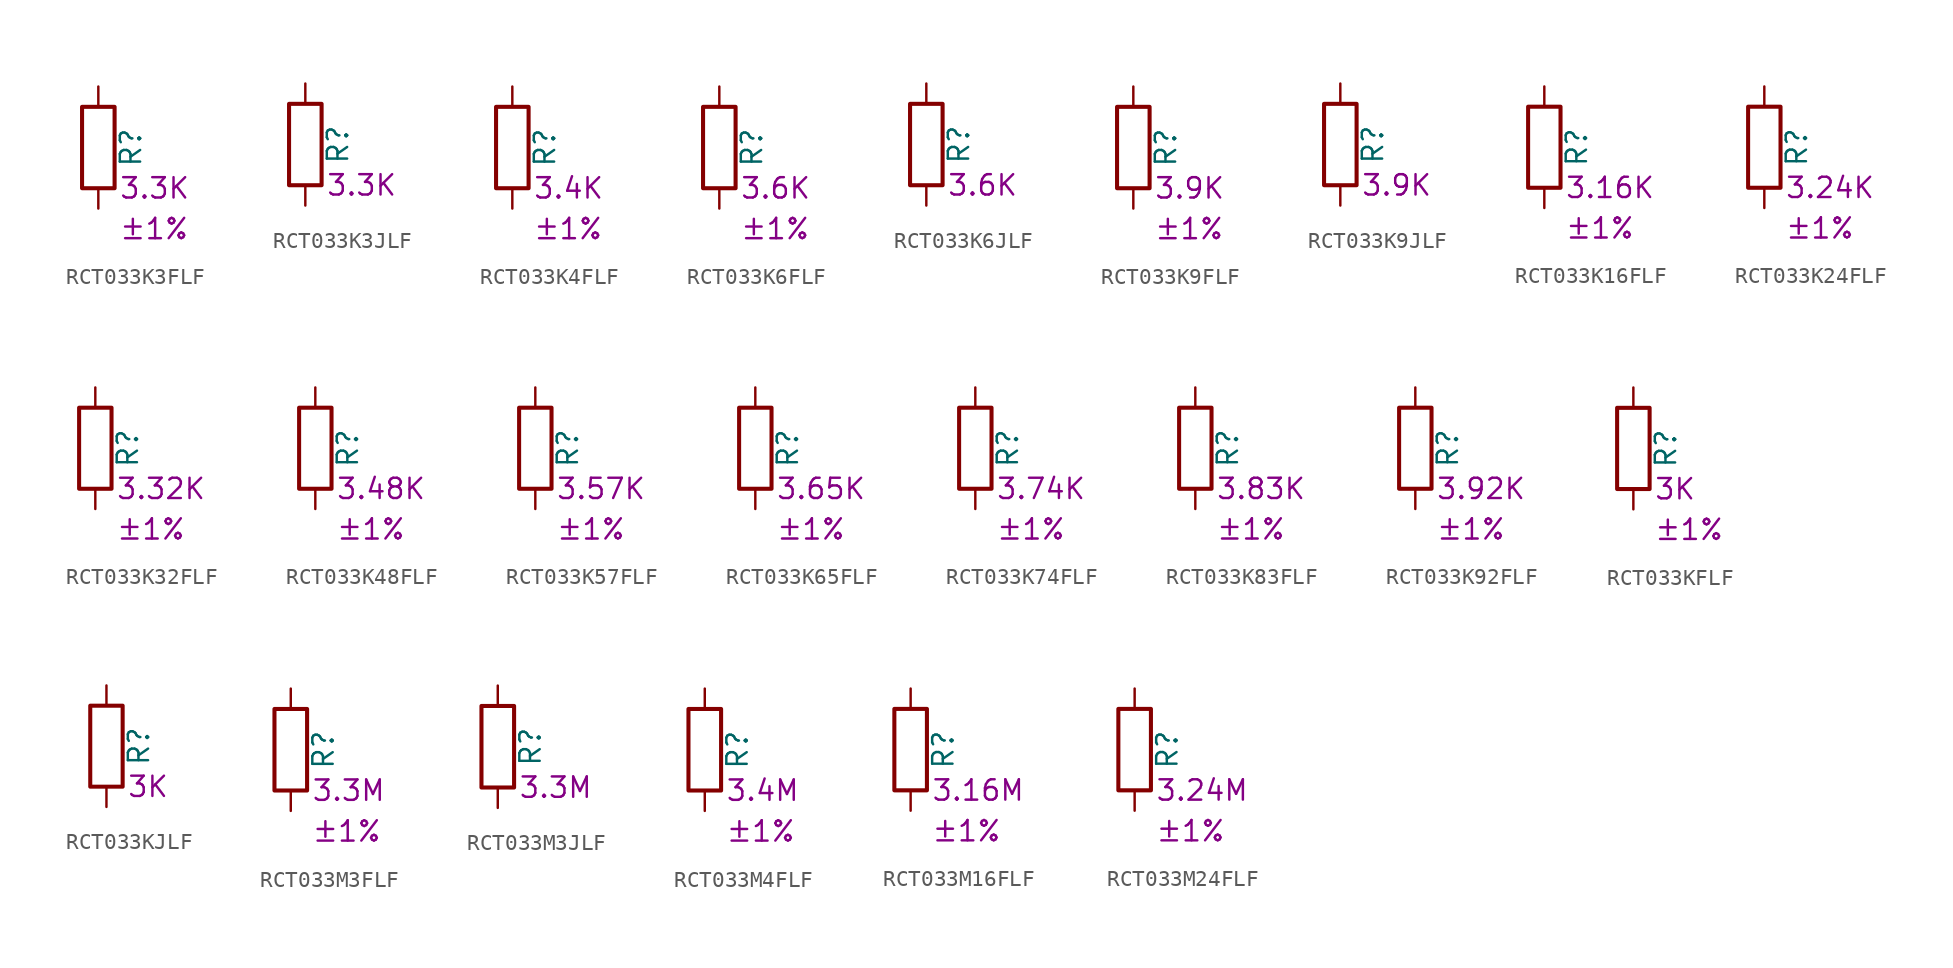
<source format=kicad_sym>
(kicad_symbol_lib
  (version 20220914)
  (generator kicad_symbol_editor)
  (symbol "RCT033K3FLF"
    (pin_numbers hide)
    (pin_names
      (offset 0))
    (property "Reference" "R"
      (at 2.032 0 90)
      (effects (font (size 1.27 1.27))))
    (property "Resistance" "3.3K"
      (at 1.27 -2.54 0)
      (effects (font (size 1.27 1.27)) (justify left)))
    (property "Tolerance" "±1%"
      (at 1.27 -5.08 0)
      (effects (font (size 1.27 1.27)) (justify left)))
    (symbol "RCT033K3FLF_0_1"
      (rectangle (start -1.016 -2.54) (end 1.016 2.54) (stroke (width 0.254) (type default)) (fill (type none))))
    (symbol "RCT033K3FLF_1_1"
      (pin passive line (at 0 3.81 270) (length 1.27) (name "~" (effects (font (size 1.27 1.27)))) (number "1" (effects (font (size 1.27 1.27)))))
      (pin passive line (at 0 -3.81 90) (length 1.27) (name "~" (effects (font (size 1.27 1.27)))) (number "2" (effects (font (size 1.27 1.27)))))))
  (symbol "RCT033K3JLF"
    (pin_numbers hide)
    (pin_names
      (offset 0))
    (property "Reference" "R"
      (at 2.032 0 90)
      (effects (font (size 1.27 1.27))))
    (property "Resistance" "3.3K"
      (at 1.27 -2.54 0)
      (effects (font (size 1.27 1.27)) (justify left)))
    (symbol "RCT033K3JLF_0_1"
      (rectangle (start -1.016 -2.54) (end 1.016 2.54) (stroke (width 0.254) (type default)) (fill (type none))))
    (symbol "RCT033K3JLF_1_1"
      (pin passive line (at 0 3.81 270) (length 1.27) (name "~" (effects (font (size 1.27 1.27)))) (number "1" (effects (font (size 1.27 1.27)))))
      (pin passive line (at 0 -3.81 90) (length 1.27) (name "~" (effects (font (size 1.27 1.27)))) (number "2" (effects (font (size 1.27 1.27)))))))
  (symbol "RCT033K4FLF"
    (pin_numbers hide)
    (pin_names
      (offset 0))
    (property "Reference" "R"
      (at 2.032 0 90)
      (effects (font (size 1.27 1.27))))
    (property "Resistance" "3.4K"
      (at 1.27 -2.54 0)
      (effects (font (size 1.27 1.27)) (justify left)))
    (property "Tolerance" "±1%"
      (at 1.27 -5.08 0)
      (effects (font (size 1.27 1.27)) (justify left)))
    (symbol "RCT033K4FLF_0_1"
      (rectangle (start -1.016 -2.54) (end 1.016 2.54) (stroke (width 0.254) (type default)) (fill (type none))))
    (symbol "RCT033K4FLF_1_1"
      (pin passive line (at 0 3.81 270) (length 1.27) (name "~" (effects (font (size 1.27 1.27)))) (number "1" (effects (font (size 1.27 1.27)))))
      (pin passive line (at 0 -3.81 90) (length 1.27) (name "~" (effects (font (size 1.27 1.27)))) (number "2" (effects (font (size 1.27 1.27)))))))
  (symbol "RCT033K6FLF"
    (pin_numbers hide)
    (pin_names
      (offset 0))
    (property "Reference" "R"
      (at 2.032 0 90)
      (effects (font (size 1.27 1.27))))
    (property "Resistance" "3.6K"
      (at 1.27 -2.54 0)
      (effects (font (size 1.27 1.27)) (justify left)))
    (property "Tolerance" "±1%"
      (at 1.27 -5.08 0)
      (effects (font (size 1.27 1.27)) (justify left)))
    (symbol "RCT033K6FLF_0_1"
      (rectangle (start -1.016 -2.54) (end 1.016 2.54) (stroke (width 0.254) (type default)) (fill (type none))))
    (symbol "RCT033K6FLF_1_1"
      (pin passive line (at 0 3.81 270) (length 1.27) (name "~" (effects (font (size 1.27 1.27)))) (number "1" (effects (font (size 1.27 1.27)))))
      (pin passive line (at 0 -3.81 90) (length 1.27) (name "~" (effects (font (size 1.27 1.27)))) (number "2" (effects (font (size 1.27 1.27)))))))
  (symbol "RCT033K6JLF"
    (pin_numbers hide)
    (pin_names
      (offset 0))
    (property "Reference" "R"
      (at 2.032 0 90)
      (effects (font (size 1.27 1.27))))
    (property "Resistance" "3.6K"
      (at 1.27 -2.54 0)
      (effects (font (size 1.27 1.27)) (justify left)))
    (symbol "RCT033K6JLF_0_1"
      (rectangle (start -1.016 -2.54) (end 1.016 2.54) (stroke (width 0.254) (type default)) (fill (type none))))
    (symbol "RCT033K6JLF_1_1"
      (pin passive line (at 0 3.81 270) (length 1.27) (name "~" (effects (font (size 1.27 1.27)))) (number "1" (effects (font (size 1.27 1.27)))))
      (pin passive line (at 0 -3.81 90) (length 1.27) (name "~" (effects (font (size 1.27 1.27)))) (number "2" (effects (font (size 1.27 1.27)))))))
  (symbol "RCT033K9FLF"
    (pin_numbers hide)
    (pin_names
      (offset 0))
    (property "Reference" "R"
      (at 2.032 0 90)
      (effects (font (size 1.27 1.27))))
    (property "Resistance" "3.9K"
      (at 1.27 -2.54 0)
      (effects (font (size 1.27 1.27)) (justify left)))
    (property "Tolerance" "±1%"
      (at 1.27 -5.08 0)
      (effects (font (size 1.27 1.27)) (justify left)))
    (symbol "RCT033K9FLF_0_1"
      (rectangle (start -1.016 -2.54) (end 1.016 2.54) (stroke (width 0.254) (type default)) (fill (type none))))
    (symbol "RCT033K9FLF_1_1"
      (pin passive line (at 0 3.81 270) (length 1.27) (name "~" (effects (font (size 1.27 1.27)))) (number "1" (effects (font (size 1.27 1.27)))))
      (pin passive line (at 0 -3.81 90) (length 1.27) (name "~" (effects (font (size 1.27 1.27)))) (number "2" (effects (font (size 1.27 1.27)))))))
  (symbol "RCT033K9JLF"
    (pin_numbers hide)
    (pin_names
      (offset 0))
    (property "Reference" "R"
      (at 2.032 0 90)
      (effects (font (size 1.27 1.27))))
    (property "Resistance" "3.9K"
      (at 1.27 -2.54 0)
      (effects (font (size 1.27 1.27)) (justify left)))
    (symbol "RCT033K9JLF_0_1"
      (rectangle (start -1.016 -2.54) (end 1.016 2.54) (stroke (width 0.254) (type default)) (fill (type none))))
    (symbol "RCT033K9JLF_1_1"
      (pin passive line (at 0 3.81 270) (length 1.27) (name "~" (effects (font (size 1.27 1.27)))) (number "1" (effects (font (size 1.27 1.27)))))
      (pin passive line (at 0 -3.81 90) (length 1.27) (name "~" (effects (font (size 1.27 1.27)))) (number "2" (effects (font (size 1.27 1.27)))))))
  (symbol "RCT033K16FLF"
    (pin_numbers hide)
    (pin_names
      (offset 0))
    (property "Reference" "R"
      (at 2.032 0 90)
      (effects (font (size 1.27 1.27))))
    (property "Resistance" "3.16K"
      (at 1.27 -2.54 0)
      (effects (font (size 1.27 1.27)) (justify left)))
    (property "Tolerance" "±1%"
      (at 1.27 -5.08 0)
      (effects (font (size 1.27 1.27)) (justify left)))
    (symbol "RCT033K16FLF_0_1"
      (rectangle (start -1.016 -2.54) (end 1.016 2.54) (stroke (width 0.254) (type default)) (fill (type none))))
    (symbol "RCT033K16FLF_1_1"
      (pin passive line (at 0 3.81 270) (length 1.27) (name "~" (effects (font (size 1.27 1.27)))) (number "1" (effects (font (size 1.27 1.27)))))
      (pin passive line (at 0 -3.81 90) (length 1.27) (name "~" (effects (font (size 1.27 1.27)))) (number "2" (effects (font (size 1.27 1.27)))))))
  (symbol "RCT033K24FLF"
    (pin_numbers hide)
    (pin_names
      (offset 0))
    (property "Reference" "R"
      (at 2.032 0 90)
      (effects (font (size 1.27 1.27))))
    (property "Resistance" "3.24K"
      (at 1.27 -2.54 0)
      (effects (font (size 1.27 1.27)) (justify left)))
    (property "Tolerance" "±1%"
      (at 1.27 -5.08 0)
      (effects (font (size 1.27 1.27)) (justify left)))
    (symbol "RCT033K24FLF_0_1"
      (rectangle (start -1.016 -2.54) (end 1.016 2.54) (stroke (width 0.254) (type default)) (fill (type none))))
    (symbol "RCT033K24FLF_1_1"
      (pin passive line (at 0 3.81 270) (length 1.27) (name "~" (effects (font (size 1.27 1.27)))) (number "1" (effects (font (size 1.27 1.27)))))
      (pin passive line (at 0 -3.81 90) (length 1.27) (name "~" (effects (font (size 1.27 1.27)))) (number "2" (effects (font (size 1.27 1.27)))))))
  (symbol "RCT033K32FLF"
    (pin_numbers hide)
    (pin_names
      (offset 0))
    (property "Reference" "R"
      (at 2.032 0 90)
      (effects (font (size 1.27 1.27))))
    (property "Resistance" "3.32K"
      (at 1.27 -2.54 0)
      (effects (font (size 1.27 1.27)) (justify left)))
    (property "Tolerance" "±1%"
      (at 1.27 -5.08 0)
      (effects (font (size 1.27 1.27)) (justify left)))
    (symbol "RCT033K32FLF_0_1"
      (rectangle (start -1.016 -2.54) (end 1.016 2.54) (stroke (width 0.254) (type default)) (fill (type none))))
    (symbol "RCT033K32FLF_1_1"
      (pin passive line (at 0 3.81 270) (length 1.27) (name "~" (effects (font (size 1.27 1.27)))) (number "1" (effects (font (size 1.27 1.27)))))
      (pin passive line (at 0 -3.81 90) (length 1.27) (name "~" (effects (font (size 1.27 1.27)))) (number "2" (effects (font (size 1.27 1.27)))))))
  (symbol "RCT033K48FLF"
    (pin_numbers hide)
    (pin_names
      (offset 0))
    (property "Reference" "R"
      (at 2.032 0 90)
      (effects (font (size 1.27 1.27))))
    (property "Resistance" "3.48K"
      (at 1.27 -2.54 0)
      (effects (font (size 1.27 1.27)) (justify left)))
    (property "Tolerance" "±1%"
      (at 1.27 -5.08 0)
      (effects (font (size 1.27 1.27)) (justify left)))
    (symbol "RCT033K48FLF_0_1"
      (rectangle (start -1.016 -2.54) (end 1.016 2.54) (stroke (width 0.254) (type default)) (fill (type none))))
    (symbol "RCT033K48FLF_1_1"
      (pin passive line (at 0 3.81 270) (length 1.27) (name "~" (effects (font (size 1.27 1.27)))) (number "1" (effects (font (size 1.27 1.27)))))
      (pin passive line (at 0 -3.81 90) (length 1.27) (name "~" (effects (font (size 1.27 1.27)))) (number "2" (effects (font (size 1.27 1.27)))))))
  (symbol "RCT033K57FLF"
    (pin_numbers hide)
    (pin_names
      (offset 0))
    (property "Reference" "R"
      (at 2.032 0 90)
      (effects (font (size 1.27 1.27))))
    (property "Resistance" "3.57K"
      (at 1.27 -2.54 0)
      (effects (font (size 1.27 1.27)) (justify left)))
    (property "Tolerance" "±1%"
      (at 1.27 -5.08 0)
      (effects (font (size 1.27 1.27)) (justify left)))
    (symbol "RCT033K57FLF_0_1"
      (rectangle (start -1.016 -2.54) (end 1.016 2.54) (stroke (width 0.254) (type default)) (fill (type none))))
    (symbol "RCT033K57FLF_1_1"
      (pin passive line (at 0 3.81 270) (length 1.27) (name "~" (effects (font (size 1.27 1.27)))) (number "1" (effects (font (size 1.27 1.27)))))
      (pin passive line (at 0 -3.81 90) (length 1.27) (name "~" (effects (font (size 1.27 1.27)))) (number "2" (effects (font (size 1.27 1.27)))))))
  (symbol "RCT033K65FLF"
    (pin_numbers hide)
    (pin_names
      (offset 0))
    (property "Reference" "R"
      (at 2.032 0 90)
      (effects (font (size 1.27 1.27))))
    (property "Resistance" "3.65K"
      (at 1.27 -2.54 0)
      (effects (font (size 1.27 1.27)) (justify left)))
    (property "Tolerance" "±1%"
      (at 1.27 -5.08 0)
      (effects (font (size 1.27 1.27)) (justify left)))
    (symbol "RCT033K65FLF_0_1"
      (rectangle (start -1.016 -2.54) (end 1.016 2.54) (stroke (width 0.254) (type default)) (fill (type none))))
    (symbol "RCT033K65FLF_1_1"
      (pin passive line (at 0 3.81 270) (length 1.27) (name "~" (effects (font (size 1.27 1.27)))) (number "1" (effects (font (size 1.27 1.27)))))
      (pin passive line (at 0 -3.81 90) (length 1.27) (name "~" (effects (font (size 1.27 1.27)))) (number "2" (effects (font (size 1.27 1.27)))))))
  (symbol "RCT033K74FLF"
    (pin_numbers hide)
    (pin_names
      (offset 0))
    (property "Reference" "R"
      (at 2.032 0 90)
      (effects (font (size 1.27 1.27))))
    (property "Resistance" "3.74K"
      (at 1.27 -2.54 0)
      (effects (font (size 1.27 1.27)) (justify left)))
    (property "Tolerance" "±1%"
      (at 1.27 -5.08 0)
      (effects (font (size 1.27 1.27)) (justify left)))
    (symbol "RCT033K74FLF_0_1"
      (rectangle (start -1.016 -2.54) (end 1.016 2.54) (stroke (width 0.254) (type default)) (fill (type none))))
    (symbol "RCT033K74FLF_1_1"
      (pin passive line (at 0 3.81 270) (length 1.27) (name "~" (effects (font (size 1.27 1.27)))) (number "1" (effects (font (size 1.27 1.27)))))
      (pin passive line (at 0 -3.81 90) (length 1.27) (name "~" (effects (font (size 1.27 1.27)))) (number "2" (effects (font (size 1.27 1.27)))))))
  (symbol "RCT033K83FLF"
    (pin_numbers hide)
    (pin_names
      (offset 0))
    (property "Reference" "R"
      (at 2.032 0 90)
      (effects (font (size 1.27 1.27))))
    (property "Resistance" "3.83K"
      (at 1.27 -2.54 0)
      (effects (font (size 1.27 1.27)) (justify left)))
    (property "Tolerance" "±1%"
      (at 1.27 -5.08 0)
      (effects (font (size 1.27 1.27)) (justify left)))
    (symbol "RCT033K83FLF_0_1"
      (rectangle (start -1.016 -2.54) (end 1.016 2.54) (stroke (width 0.254) (type default)) (fill (type none))))
    (symbol "RCT033K83FLF_1_1"
      (pin passive line (at 0 3.81 270) (length 1.27) (name "~" (effects (font (size 1.27 1.27)))) (number "1" (effects (font (size 1.27 1.27)))))
      (pin passive line (at 0 -3.81 90) (length 1.27) (name "~" (effects (font (size 1.27 1.27)))) (number "2" (effects (font (size 1.27 1.27)))))))
  (symbol "RCT033K92FLF"
    (pin_numbers hide)
    (pin_names
      (offset 0))
    (property "Reference" "R"
      (at 2.032 0 90)
      (effects (font (size 1.27 1.27))))
    (property "Resistance" "3.92K"
      (at 1.27 -2.54 0)
      (effects (font (size 1.27 1.27)) (justify left)))
    (property "Tolerance" "±1%"
      (at 1.27 -5.08 0)
      (effects (font (size 1.27 1.27)) (justify left)))
    (symbol "RCT033K92FLF_0_1"
      (rectangle (start -1.016 -2.54) (end 1.016 2.54) (stroke (width 0.254) (type default)) (fill (type none))))
    (symbol "RCT033K92FLF_1_1"
      (pin passive line (at 0 3.81 270) (length 1.27) (name "~" (effects (font (size 1.27 1.27)))) (number "1" (effects (font (size 1.27 1.27)))))
      (pin passive line (at 0 -3.81 90) (length 1.27) (name "~" (effects (font (size 1.27 1.27)))) (number "2" (effects (font (size 1.27 1.27)))))))
  (symbol "RCT033KFLF"
    (pin_numbers hide)
    (pin_names
      (offset 0))
    (property "Reference" "R"
      (at 2.032 0 90)
      (effects (font (size 1.27 1.27))))
    (property "Resistance" "3K"
      (at 1.27 -2.54 0)
      (effects (font (size 1.27 1.27)) (justify left)))
    (property "Tolerance" "±1%"
      (at 1.27 -5.08 0)
      (effects (font (size 1.27 1.27)) (justify left)))
    (symbol "RCT033KFLF_0_1"
      (rectangle (start -1.016 -2.54) (end 1.016 2.54) (stroke (width 0.254) (type default)) (fill (type none))))
    (symbol "RCT033KFLF_1_1"
      (pin passive line (at 0 3.81 270) (length 1.27) (name "~" (effects (font (size 1.27 1.27)))) (number "1" (effects (font (size 1.27 1.27)))))
      (pin passive line (at 0 -3.81 90) (length 1.27) (name "~" (effects (font (size 1.27 1.27)))) (number "2" (effects (font (size 1.27 1.27)))))))
  (symbol "RCT033KJLF"
    (pin_numbers hide)
    (pin_names
      (offset 0))
    (property "Reference" "R"
      (at 2.032 0 90)
      (effects (font (size 1.27 1.27))))
    (property "Resistance" "3K"
      (at 1.27 -2.54 0)
      (effects (font (size 1.27 1.27)) (justify left)))
    (symbol "RCT033KJLF_0_1"
      (rectangle (start -1.016 -2.54) (end 1.016 2.54) (stroke (width 0.254) (type default)) (fill (type none))))
    (symbol "RCT033KJLF_1_1"
      (pin passive line (at 0 3.81 270) (length 1.27) (name "~" (effects (font (size 1.27 1.27)))) (number "1" (effects (font (size 1.27 1.27)))))
      (pin passive line (at 0 -3.81 90) (length 1.27) (name "~" (effects (font (size 1.27 1.27)))) (number "2" (effects (font (size 1.27 1.27)))))))
  (symbol "RCT033M3FLF"
    (pin_numbers hide)
    (pin_names
      (offset 0))
    (property "Reference" "R"
      (at 2.032 0 90)
      (effects (font (size 1.27 1.27))))
    (property "Resistance" "3.3M"
      (at 1.27 -2.54 0)
      (effects (font (size 1.27 1.27)) (justify left)))
    (property "Tolerance" "±1%"
      (at 1.27 -5.08 0)
      (effects (font (size 1.27 1.27)) (justify left)))
    (symbol "RCT033M3FLF_0_1"
      (rectangle (start -1.016 -2.54) (end 1.016 2.54) (stroke (width 0.254) (type default)) (fill (type none))))
    (symbol "RCT033M3FLF_1_1"
      (pin passive line (at 0 3.81 270) (length 1.27) (name "~" (effects (font (size 1.27 1.27)))) (number "1" (effects (font (size 1.27 1.27)))))
      (pin passive line (at 0 -3.81 90) (length 1.27) (name "~" (effects (font (size 1.27 1.27)))) (number "2" (effects (font (size 1.27 1.27)))))))
  (symbol "RCT033M3JLF"
    (pin_numbers hide)
    (pin_names
      (offset 0))
    (property "Reference" "R"
      (at 2.032 0 90)
      (effects (font (size 1.27 1.27))))
    (property "Resistance" "3.3M"
      (at 1.27 -2.54 0)
      (effects (font (size 1.27 1.27)) (justify left)))
    (symbol "RCT033M3JLF_0_1"
      (rectangle (start -1.016 -2.54) (end 1.016 2.54) (stroke (width 0.254) (type default)) (fill (type none))))
    (symbol "RCT033M3JLF_1_1"
      (pin passive line (at 0 3.81 270) (length 1.27) (name "~" (effects (font (size 1.27 1.27)))) (number "1" (effects (font (size 1.27 1.27)))))
      (pin passive line (at 0 -3.81 90) (length 1.27) (name "~" (effects (font (size 1.27 1.27)))) (number "2" (effects (font (size 1.27 1.27)))))))
  (symbol "RCT033M4FLF"
    (pin_numbers hide)
    (pin_names
      (offset 0))
    (property "Reference" "R"
      (at 2.032 0 90)
      (effects (font (size 1.27 1.27))))
    (property "Resistance" "3.4M"
      (at 1.27 -2.54 0)
      (effects (font (size 1.27 1.27)) (justify left)))
    (property "Tolerance" "±1%"
      (at 1.27 -5.08 0)
      (effects (font (size 1.27 1.27)) (justify left)))
    (symbol "RCT033M4FLF_0_1"
      (rectangle (start -1.016 -2.54) (end 1.016 2.54) (stroke (width 0.254) (type default)) (fill (type none))))
    (symbol "RCT033M4FLF_1_1"
      (pin passive line (at 0 3.81 270) (length 1.27) (name "~" (effects (font (size 1.27 1.27)))) (number "1" (effects (font (size 1.27 1.27)))))
      (pin passive line (at 0 -3.81 90) (length 1.27) (name "~" (effects (font (size 1.27 1.27)))) (number "2" (effects (font (size 1.27 1.27)))))))
  (symbol "RCT033M16FLF"
    (pin_numbers hide)
    (pin_names
      (offset 0))
    (property "Reference" "R"
      (at 2.032 0 90)
      (effects (font (size 1.27 1.27))))
    (property "Resistance" "3.16M"
      (at 1.27 -2.54 0)
      (effects (font (size 1.27 1.27)) (justify left)))
    (property "Tolerance" "±1%"
      (at 1.27 -5.08 0)
      (effects (font (size 1.27 1.27)) (justify left)))
    (symbol "RCT033M16FLF_0_1"
      (rectangle (start -1.016 -2.54) (end 1.016 2.54) (stroke (width 0.254) (type default)) (fill (type none))))
    (symbol "RCT033M16FLF_1_1"
      (pin passive line (at 0 3.81 270) (length 1.27) (name "~" (effects (font (size 1.27 1.27)))) (number "1" (effects (font (size 1.27 1.27)))))
      (pin passive line (at 0 -3.81 90) (length 1.27) (name "~" (effects (font (size 1.27 1.27)))) (number "2" (effects (font (size 1.27 1.27)))))))
  (symbol "RCT033M24FLF"
    (pin_numbers hide)
    (pin_names
      (offset 0))
    (property "Reference" "R"
      (at 2.032 0 90)
      (effects (font (size 1.27 1.27))))
    (property "Resistance" "3.24M"
      (at 1.27 -2.54 0)
      (effects (font (size 1.27 1.27)) (justify left)))
    (property "Tolerance" "±1%"
      (at 1.27 -5.08 0)
      (effects (font (size 1.27 1.27)) (justify left)))
    (symbol "RCT033M24FLF_0_1"
      (rectangle (start -1.016 -2.54) (end 1.016 2.54) (stroke (width 0.254) (type default)) (fill (type none))))
    (symbol "RCT033M24FLF_1_1"
      (pin passive line (at 0 3.81 270) (length 1.27) (name "~" (effects (font (size 1.27 1.27)))) (number "1" (effects (font (size 1.27 1.27)))))
      (pin passive line (at 0 -3.81 90) (length 1.27) (name "~" (effects (font (size 1.27 1.27)))) (number "2" (effects (font (size 1.27 1.27))))))))
</source>
